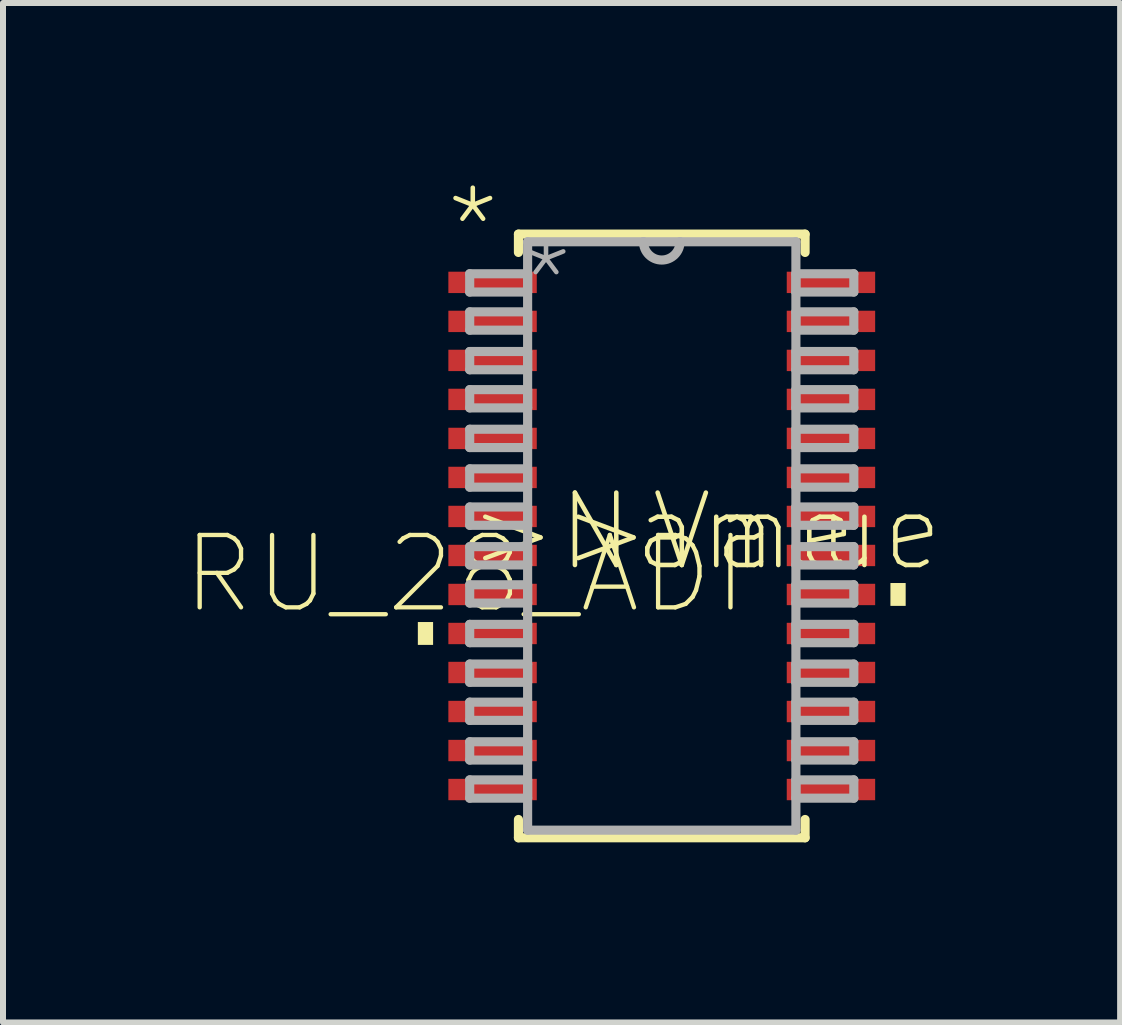
<source format=kicad_pcb>
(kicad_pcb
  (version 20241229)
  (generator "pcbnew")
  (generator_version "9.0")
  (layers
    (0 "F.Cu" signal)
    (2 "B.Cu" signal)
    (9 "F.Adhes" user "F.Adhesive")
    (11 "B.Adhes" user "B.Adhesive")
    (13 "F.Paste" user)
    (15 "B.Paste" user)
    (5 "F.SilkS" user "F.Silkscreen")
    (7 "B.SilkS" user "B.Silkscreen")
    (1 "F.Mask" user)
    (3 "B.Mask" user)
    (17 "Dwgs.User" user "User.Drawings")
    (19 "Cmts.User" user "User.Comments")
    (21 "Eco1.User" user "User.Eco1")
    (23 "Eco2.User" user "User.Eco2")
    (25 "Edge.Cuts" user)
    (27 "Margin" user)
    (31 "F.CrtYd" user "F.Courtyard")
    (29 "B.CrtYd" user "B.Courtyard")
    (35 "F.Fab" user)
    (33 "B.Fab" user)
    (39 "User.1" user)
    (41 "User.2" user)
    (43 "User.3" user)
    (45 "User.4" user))
  (footprint "RU_28_ADI"
    (layer "F.Cu")
    (at 7.976 5.88)
    (property "Reference" "RU_28_ADI" (at -3.277 0.635 0) (layer "F.SilkS") (effects (font (size 1.206 1.206) (thickness 0.072))))
    (attr through_hole)
    (fp_line (start -2.388 -5.029) (end -2.388 -4.724) (stroke (width 0.152) (type solid)) (layer "F.SilkS"))
    (fp_line (start -2.388 4.724) (end -2.388 5.029) (stroke (width 0.152) (type solid)) (layer "F.SilkS"))
    (fp_line (start -2.388 5.029) (end 2.388 5.029) (stroke (width 0.152) (type solid)) (layer "F.SilkS"))
    (fp_line (start 2.388 -5.029) (end -2.388 -5.029) (stroke (width 0.152) (type solid)) (layer "F.SilkS"))
    (fp_line (start 2.388 -4.724) (end 2.388 -5.029) (stroke (width 0.152) (type solid)) (layer "F.SilkS"))
    (fp_line (start 2.388 5.029) (end 2.388 4.724) (stroke (width 0.152) (type solid)) (layer "F.SilkS"))
    (fp_poly (pts (xy -4.064 1.434) (xy -4.064 1.815) (xy -3.81 1.815) (xy -3.81 1.434)) (stroke (width 0) (type solid)) (fill yes) (layer "F.SilkS"))
    (fp_poly (pts (xy 4.064 0.784) (xy 4.064 1.165) (xy 3.81 1.165) (xy 3.81 0.784)) (stroke (width 0) (type solid)) (fill yes) (layer "F.SilkS"))
    (fp_line (start -3.2 -4.369) (end -3.2 -4.064) (stroke (width 0.152) (type solid)) (layer "F.Fab"))
    (fp_line (start -3.2 -4.064) (end -2.235 -4.064) (stroke (width 0.152) (type solid)) (layer "F.Fab"))
    (fp_line (start -3.2 -3.734) (end -3.2 -3.429) (stroke (width 0.152) (type solid)) (layer "F.Fab"))
    (fp_line (start -3.2 -3.429) (end -2.235 -3.429) (stroke (width 0.152) (type solid)) (layer "F.Fab"))
    (fp_line (start -3.2 -3.073) (end -3.2 -2.769) (stroke (width 0.152) (type solid)) (layer "F.Fab"))
    (fp_line (start -3.2 -2.769) (end -2.235 -2.769) (stroke (width 0.152) (type solid)) (layer "F.Fab"))
    (fp_line (start -3.2 -2.438) (end -3.2 -2.134) (stroke (width 0.152) (type solid)) (layer "F.Fab"))
    (fp_line (start -3.2 -2.134) (end -2.235 -2.134) (stroke (width 0.152) (type solid)) (layer "F.Fab"))
    (fp_line (start -3.2 -1.778) (end -3.2 -1.473) (stroke (width 0.152) (type solid)) (layer "F.Fab"))
    (fp_line (start -3.2 -1.473) (end -2.235 -1.473) (stroke (width 0.152) (type solid)) (layer "F.Fab"))
    (fp_line (start -3.2 -1.118) (end -3.2 -0.813) (stroke (width 0.152) (type solid)) (layer "F.Fab"))
    (fp_line (start -3.2 -0.813) (end -2.235 -0.813) (stroke (width 0.152) (type solid)) (layer "F.Fab"))
    (fp_line (start -3.2 -0.483) (end -3.2 -0.178) (stroke (width 0.152) (type solid)) (layer "F.Fab"))
    (fp_line (start -3.2 -0.178) (end -2.235 -0.178) (stroke (width 0.152) (type solid)) (layer "F.Fab"))
    (fp_line (start -3.2 0.178) (end -3.2 0.483) (stroke (width 0.152) (type solid)) (layer "F.Fab"))
    (fp_line (start -3.2 0.483) (end -2.235 0.483) (stroke (width 0.152) (type solid)) (layer "F.Fab"))
    (fp_line (start -3.2 0.813) (end -3.2 1.118) (stroke (width 0.152) (type solid)) (layer "F.Fab"))
    (fp_line (start -3.2 1.118) (end -2.235 1.118) (stroke (width 0.152) (type solid)) (layer "F.Fab"))
    (fp_line (start -3.2 1.473) (end -3.2 1.778) (stroke (width 0.152) (type solid)) (layer "F.Fab"))
    (fp_line (start -3.2 1.778) (end -2.235 1.778) (stroke (width 0.152) (type solid)) (layer "F.Fab"))
    (fp_line (start -3.2 2.134) (end -3.2 2.438) (stroke (width 0.152) (type solid)) (layer "F.Fab"))
    (fp_line (start -3.2 2.438) (end -2.235 2.438) (stroke (width 0.152) (type solid)) (layer "F.Fab"))
    (fp_line (start -3.2 2.769) (end -3.2 3.073) (stroke (width 0.152) (type solid)) (layer "F.Fab"))
    (fp_line (start -3.2 3.073) (end -2.235 3.073) (stroke (width 0.152) (type solid)) (layer "F.Fab"))
    (fp_line (start -3.2 3.429) (end -3.2 3.734) (stroke (width 0.152) (type solid)) (layer "F.Fab"))
    (fp_line (start -3.2 3.734) (end -2.235 3.734) (stroke (width 0.152) (type solid)) (layer "F.Fab"))
    (fp_line (start -3.2 4.064) (end -3.2 4.369) (stroke (width 0.152) (type solid)) (layer "F.Fab"))
    (fp_line (start -3.2 4.369) (end -2.235 4.369) (stroke (width 0.152) (type solid)) (layer "F.Fab"))
    (fp_line (start -2.235 -4.902) (end -2.235 4.902) (stroke (width 0.152) (type solid)) (layer "F.Fab"))
    (fp_line (start -2.235 -4.369) (end -3.2 -4.369) (stroke (width 0.152) (type solid)) (layer "F.Fab"))
    (fp_line (start -2.235 -4.064) (end -2.235 -4.369) (stroke (width 0.152) (type solid)) (layer "F.Fab"))
    (fp_line (start -2.235 -3.734) (end -3.2 -3.734) (stroke (width 0.152) (type solid)) (layer "F.Fab"))
    (fp_line (start -2.235 -3.429) (end -2.235 -3.734) (stroke (width 0.152) (type solid)) (layer "F.Fab"))
    (fp_line (start -2.235 -3.073) (end -3.2 -3.073) (stroke (width 0.152) (type solid)) (layer "F.Fab"))
    (fp_line (start -2.235 -2.769) (end -2.235 -3.073) (stroke (width 0.152) (type solid)) (layer "F.Fab"))
    (fp_line (start -2.235 -2.438) (end -3.2 -2.438) (stroke (width 0.152) (type solid)) (layer "F.Fab"))
    (fp_line (start -2.235 -2.134) (end -2.235 -2.438) (stroke (width 0.152) (type solid)) (layer "F.Fab"))
    (fp_line (start -2.235 -1.778) (end -3.2 -1.778) (stroke (width 0.152) (type solid)) (layer "F.Fab"))
    (fp_line (start -2.235 -1.473) (end -2.235 -1.778) (stroke (width 0.152) (type solid)) (layer "F.Fab"))
    (fp_line (start -2.235 -1.118) (end -3.2 -1.118) (stroke (width 0.152) (type solid)) (layer "F.Fab"))
    (fp_line (start -2.235 -0.813) (end -2.235 -1.118) (stroke (width 0.152) (type solid)) (layer "F.Fab"))
    (fp_line (start -2.235 -0.483) (end -3.2 -0.483) (stroke (width 0.152) (type solid)) (layer "F.Fab"))
    (fp_line (start -2.235 -0.178) (end -2.235 -0.483) (stroke (width 0.152) (type solid)) (layer "F.Fab"))
    (fp_line (start -2.235 0.178) (end -3.2 0.178) (stroke (width 0.152) (type solid)) (layer "F.Fab"))
    (fp_line (start -2.235 0.483) (end -2.235 0.178) (stroke (width 0.152) (type solid)) (layer "F.Fab"))
    (fp_line (start -2.235 0.813) (end -3.2 0.813) (stroke (width 0.152) (type solid)) (layer "F.Fab"))
    (fp_line (start -2.235 1.118) (end -2.235 0.813) (stroke (width 0.152) (type solid)) (layer "F.Fab"))
    (fp_line (start -2.235 1.473) (end -3.2 1.473) (stroke (width 0.152) (type solid)) (layer "F.Fab"))
    (fp_line (start -2.235 1.778) (end -2.235 1.473) (stroke (width 0.152) (type solid)) (layer "F.Fab"))
    (fp_line (start -2.235 2.134) (end -3.2 2.134) (stroke (width 0.152) (type solid)) (layer "F.Fab"))
    (fp_line (start -2.235 2.438) (end -2.235 2.134) (stroke (width 0.152) (type solid)) (layer "F.Fab"))
    (fp_line (start -2.235 2.769) (end -3.2 2.769) (stroke (width 0.152) (type solid)) (layer "F.Fab"))
    (fp_line (start -2.235 3.073) (end -2.235 2.769) (stroke (width 0.152) (type solid)) (layer "F.Fab"))
    (fp_line (start -2.235 3.429) (end -3.2 3.429) (stroke (width 0.152) (type solid)) (layer "F.Fab"))
    (fp_line (start -2.235 3.734) (end -2.235 3.429) (stroke (width 0.152) (type solid)) (layer "F.Fab"))
    (fp_line (start -2.235 4.064) (end -3.2 4.064) (stroke (width 0.152) (type solid)) (layer "F.Fab"))
    (fp_line (start -2.235 4.369) (end -2.235 4.064) (stroke (width 0.152) (type solid)) (layer "F.Fab"))
    (fp_line (start -2.235 4.902) (end 2.235 4.902) (stroke (width 0.152) (type solid)) (layer "F.Fab"))
    (fp_line (start -0.305 -4.902) (end -2.235 -4.902) (stroke (width 0.152) (type solid)) (layer "F.Fab"))
    (fp_line (start 0.305 -4.902) (end -0.305 -4.902) (stroke (width 0.152) (type solid)) (layer "F.Fab"))
    (fp_line (start 2.235 -4.902) (end 0.305 -4.902) (stroke (width 0.152) (type solid)) (layer "F.Fab"))
    (fp_line (start 2.235 -4.369) (end 2.235 -4.064) (stroke (width 0.152) (type solid)) (layer "F.Fab"))
    (fp_line (start 2.235 -4.064) (end 3.2 -4.064) (stroke (width 0.152) (type solid)) (layer "F.Fab"))
    (fp_line (start 2.235 -3.734) (end 2.235 -3.429) (stroke (width 0.152) (type solid)) (layer "F.Fab"))
    (fp_line (start 2.235 -3.429) (end 3.2 -3.429) (stroke (width 0.152) (type solid)) (layer "F.Fab"))
    (fp_line (start 2.235 -3.073) (end 2.235 -2.769) (stroke (width 0.152) (type solid)) (layer "F.Fab"))
    (fp_line (start 2.235 -2.769) (end 3.2 -2.769) (stroke (width 0.152) (type solid)) (layer "F.Fab"))
    (fp_line (start 2.235 -2.438) (end 2.235 -2.134) (stroke (width 0.152) (type solid)) (layer "F.Fab"))
    (fp_line (start 2.235 -2.134) (end 3.2 -2.134) (stroke (width 0.152) (type solid)) (layer "F.Fab"))
    (fp_line (start 2.235 -1.778) (end 2.235 -1.473) (stroke (width 0.152) (type solid)) (layer "F.Fab"))
    (fp_line (start 2.235 -1.473) (end 3.2 -1.473) (stroke (width 0.152) (type solid)) (layer "F.Fab"))
    (fp_line (start 2.235 -1.118) (end 2.235 -0.813) (stroke (width 0.152) (type solid)) (layer "F.Fab"))
    (fp_line (start 2.235 -0.813) (end 3.2 -0.813) (stroke (width 0.152) (type solid)) (layer "F.Fab"))
    (fp_line (start 2.235 -0.483) (end 2.235 -0.178) (stroke (width 0.152) (type solid)) (layer "F.Fab"))
    (fp_line (start 2.235 -0.178) (end 3.2 -0.178) (stroke (width 0.152) (type solid)) (layer "F.Fab"))
    (fp_line (start 2.235 0.178) (end 2.235 0.483) (stroke (width 0.152) (type solid)) (layer "F.Fab"))
    (fp_line (start 2.235 0.483) (end 3.2 0.483) (stroke (width 0.152) (type solid)) (layer "F.Fab"))
    (fp_line (start 2.235 0.813) (end 2.235 1.118) (stroke (width 0.152) (type solid)) (layer "F.Fab"))
    (fp_line (start 2.235 1.118) (end 3.2 1.118) (stroke (width 0.152) (type solid)) (layer "F.Fab"))
    (fp_line (start 2.235 1.473) (end 2.235 1.778) (stroke (width 0.152) (type solid)) (layer "F.Fab"))
    (fp_line (start 2.235 1.778) (end 3.2 1.778) (stroke (width 0.152) (type solid)) (layer "F.Fab"))
    (fp_line (start 2.235 2.134) (end 2.235 2.438) (stroke (width 0.152) (type solid)) (layer "F.Fab"))
    (fp_line (start 2.235 2.438) (end 3.2 2.438) (stroke (width 0.152) (type solid)) (layer "F.Fab"))
    (fp_line (start 2.235 2.769) (end 2.235 3.073) (stroke (width 0.152) (type solid)) (layer "F.Fab"))
    (fp_line (start 2.235 3.073) (end 3.2 3.073) (stroke (width 0.152) (type solid)) (layer "F.Fab"))
    (fp_line (start 2.235 3.429) (end 2.235 3.734) (stroke (width 0.152) (type solid)) (layer "F.Fab"))
    (fp_line (start 2.235 3.734) (end 3.2 3.734) (stroke (width 0.152) (type solid)) (layer "F.Fab"))
    (fp_line (start 2.235 4.064) (end 2.235 4.369) (stroke (width 0.152) (type solid)) (layer "F.Fab"))
    (fp_line (start 2.235 4.369) (end 3.2 4.369) (stroke (width 0.152) (type solid)) (layer "F.Fab"))
    (fp_line (start 2.235 4.902) (end 2.235 -4.902) (stroke (width 0.152) (type solid)) (layer "F.Fab"))
    (fp_line (start 3.2 -4.369) (end 2.235 -4.369) (stroke (width 0.152) (type solid)) (layer "F.Fab"))
    (fp_line (start 3.2 -4.064) (end 3.2 -4.369) (stroke (width 0.152) (type solid)) (layer "F.Fab"))
    (fp_line (start 3.2 -3.734) (end 2.235 -3.734) (stroke (width 0.152) (type solid)) (layer "F.Fab"))
    (fp_line (start 3.2 -3.429) (end 3.2 -3.734) (stroke (width 0.152) (type solid)) (layer "F.Fab"))
    (fp_line (start 3.2 -3.073) (end 2.235 -3.073) (stroke (width 0.152) (type solid)) (layer "F.Fab"))
    (fp_line (start 3.2 -2.769) (end 3.2 -3.073) (stroke (width 0.152) (type solid)) (layer "F.Fab"))
    (fp_line (start 3.2 -2.438) (end 2.235 -2.438) (stroke (width 0.152) (type solid)) (layer "F.Fab"))
    (fp_line (start 3.2 -2.134) (end 3.2 -2.438) (stroke (width 0.152) (type solid)) (layer "F.Fab"))
    (fp_line (start 3.2 -1.778) (end 2.235 -1.778) (stroke (width 0.152) (type solid)) (layer "F.Fab"))
    (fp_line (start 3.2 -1.473) (end 3.2 -1.778) (stroke (width 0.152) (type solid)) (layer "F.Fab"))
    (fp_line (start 3.2 -1.118) (end 2.235 -1.118) (stroke (width 0.152) (type solid)) (layer "F.Fab"))
    (fp_line (start 3.2 -0.813) (end 3.2 -1.118) (stroke (width 0.152) (type solid)) (layer "F.Fab"))
    (fp_line (start 3.2 -0.483) (end 2.235 -0.483) (stroke (width 0.152) (type solid)) (layer "F.Fab"))
    (fp_line (start 3.2 -0.178) (end 3.2 -0.483) (stroke (width 0.152) (type solid)) (layer "F.Fab"))
    (fp_line (start 3.2 0.178) (end 2.235 0.178) (stroke (width 0.152) (type solid)) (layer "F.Fab"))
    (fp_line (start 3.2 0.483) (end 3.2 0.178) (stroke (width 0.152) (type solid)) (layer "F.Fab"))
    (fp_line (start 3.2 0.813) (end 2.235 0.813) (stroke (width 0.152) (type solid)) (layer "F.Fab"))
    (fp_line (start 3.2 1.118) (end 3.2 0.813) (stroke (width 0.152) (type solid)) (layer "F.Fab"))
    (fp_line (start 3.2 1.473) (end 2.235 1.473) (stroke (width 0.152) (type solid)) (layer "F.Fab"))
    (fp_line (start 3.2 1.778) (end 3.2 1.473) (stroke (width 0.152) (type solid)) (layer "F.Fab"))
    (fp_line (start 3.2 2.134) (end 2.235 2.134) (stroke (width 0.152) (type solid)) (layer "F.Fab"))
    (fp_line (start 3.2 2.438) (end 3.2 2.134) (stroke (width 0.152) (type solid)) (layer "F.Fab"))
    (fp_line (start 3.2 2.769) (end 2.235 2.769) (stroke (width 0.152) (type solid)) (layer "F.Fab"))
    (fp_line (start 3.2 3.073) (end 3.2 2.769) (stroke (width 0.152) (type solid)) (layer "F.Fab"))
    (fp_line (start 3.2 3.429) (end 2.235 3.429) (stroke (width 0.152) (type solid)) (layer "F.Fab"))
    (fp_line (start 3.2 3.734) (end 3.2 3.429) (stroke (width 0.152) (type solid)) (layer "F.Fab"))
    (fp_line (start 3.2 4.064) (end 2.235 4.064) (stroke (width 0.152) (type solid)) (layer "F.Fab"))
    (fp_line (start 3.2 4.369) (end 3.2 4.064) (stroke (width 0.152) (type solid)) (layer "F.Fab"))
    (fp_arc (start 0.3048 -4.9022) (mid 0 -4.5974) (end -0.3048 -4.9022) (stroke (width 0.1524) (type solid)) (layer "F.Fab"))
    (fp_text user "*" (at -3.658 -4.445 0) (layer "F.SilkS") (effects (font (size 1.206 1.206) (thickness 0.076)) (justify left bottom)))
    (fp_text user ">Name" (at -3.277 0.635 0) (layer "F.SilkS") (effects (font (size 1.206 1.206) (thickness 0.076)) (justify left bottom)))
    (fp_text user ">Value" (at -1.727 0.635 0) (layer "F.SilkS") (effects (font (size 1.206 1.206) (thickness 0.076)) (justify left bottom)))
    (fp_text user "*" (at -2.438 -3.556 0) (layer "F.Fab") (effects (font (size 1.206 1.206) (thickness 0.076)) (justify left bottom)))
    (pad "1" smd rect (at -2.819 -4.225) (size 1.473 0.356) (layers "F.Cu" "F.Mask" "F.Paste"))
    (pad "2" smd rect (at -2.819 -3.575) (size 1.473 0.356) (layers "F.Cu" "F.Mask" "F.Paste"))
    (pad "3" smd rect (at -2.819 -2.925) (size 1.473 0.356) (layers "F.Cu" "F.Mask" "F.Paste"))
    (pad "4" smd rect (at -2.819 -2.275) (size 1.473 0.356) (layers "F.Cu" "F.Mask" "F.Paste"))
    (pad "5" smd rect (at -2.819 -1.625) (size 1.473 0.356) (layers "F.Cu" "F.Mask" "F.Paste"))
    (pad "6" smd rect (at -2.819 -0.975) (size 1.473 0.356) (layers "F.Cu" "F.Mask" "F.Paste"))
    (pad "7" smd rect (at -2.819 -0.325) (size 1.473 0.356) (layers "F.Cu" "F.Mask" "F.Paste"))
    (pad "8" smd rect (at -2.819 0.325) (size 1.473 0.356) (layers "F.Cu" "F.Mask" "F.Paste"))
    (pad "9" smd rect (at -2.819 0.975) (size 1.473 0.356) (layers "F.Cu" "F.Mask" "F.Paste"))
    (pad "10" smd rect (at -2.819 1.625) (size 1.473 0.356) (layers "F.Cu" "F.Mask" "F.Paste"))
    (pad "11" smd rect (at -2.819 2.275) (size 1.473 0.356) (layers "F.Cu" "F.Mask" "F.Paste"))
    (pad "12" smd rect (at -2.819 2.925) (size 1.473 0.356) (layers "F.Cu" "F.Mask" "F.Paste"))
    (pad "13" smd rect (at -2.819 3.575) (size 1.473 0.356) (layers "F.Cu" "F.Mask" "F.Paste"))
    (pad "14" smd rect (at -2.819 4.225) (size 1.473 0.356) (layers "F.Cu" "F.Mask" "F.Paste"))
    (pad "15" smd rect (at 2.819 4.225) (size 1.473 0.356) (layers "F.Cu" "F.Mask" "F.Paste"))
    (pad "16" smd rect (at 2.819 3.575) (size 1.473 0.356) (layers "F.Cu" "F.Mask" "F.Paste"))
    (pad "17" smd rect (at 2.819 2.925) (size 1.473 0.356) (layers "F.Cu" "F.Mask" "F.Paste"))
    (pad "18" smd rect (at 2.819 2.275) (size 1.473 0.356) (layers "F.Cu" "F.Mask" "F.Paste"))
    (pad "19" smd rect (at 2.819 1.625) (size 1.473 0.356) (layers "F.Cu" "F.Mask" "F.Paste"))
    (pad "20" smd rect (at 2.819 0.975) (size 1.473 0.356) (layers "F.Cu" "F.Mask" "F.Paste"))
    (pad "21" smd rect (at 2.819 0.325) (size 1.473 0.356) (layers "F.Cu" "F.Mask" "F.Paste"))
    (pad "22" smd rect (at 2.819 -0.325) (size 1.473 0.356) (layers "F.Cu" "F.Mask" "F.Paste"))
    (pad "23" smd rect (at 2.819 -0.975) (size 1.473 0.356) (layers "F.Cu" "F.Mask" "F.Paste"))
    (pad "24" smd rect (at 2.819 -1.625) (size 1.473 0.356) (layers "F.Cu" "F.Mask" "F.Paste"))
    (pad "25" smd rect (at 2.819 -2.275) (size 1.473 0.356) (layers "F.Cu" "F.Mask" "F.Paste"))
    (pad "26" smd rect (at 2.819 -2.925) (size 1.473 0.356) (layers "F.Cu" "F.Mask" "F.Paste"))
    (pad "27" smd rect (at 2.819 -3.575) (size 1.473 0.356) (layers "F.Cu" "F.Mask" "F.Paste"))
    (pad "28" smd rect (at 2.819 -4.225) (size 1.473 0.356) (layers "F.Cu" "F.Mask" "F.Paste")))
  (gr_rect
    (start -3 -3)
    (end 15.613 13.986)
    (stroke (width 0.1) (type default))
    (fill no)
    (layer "Edge.Cuts")))
</source>
